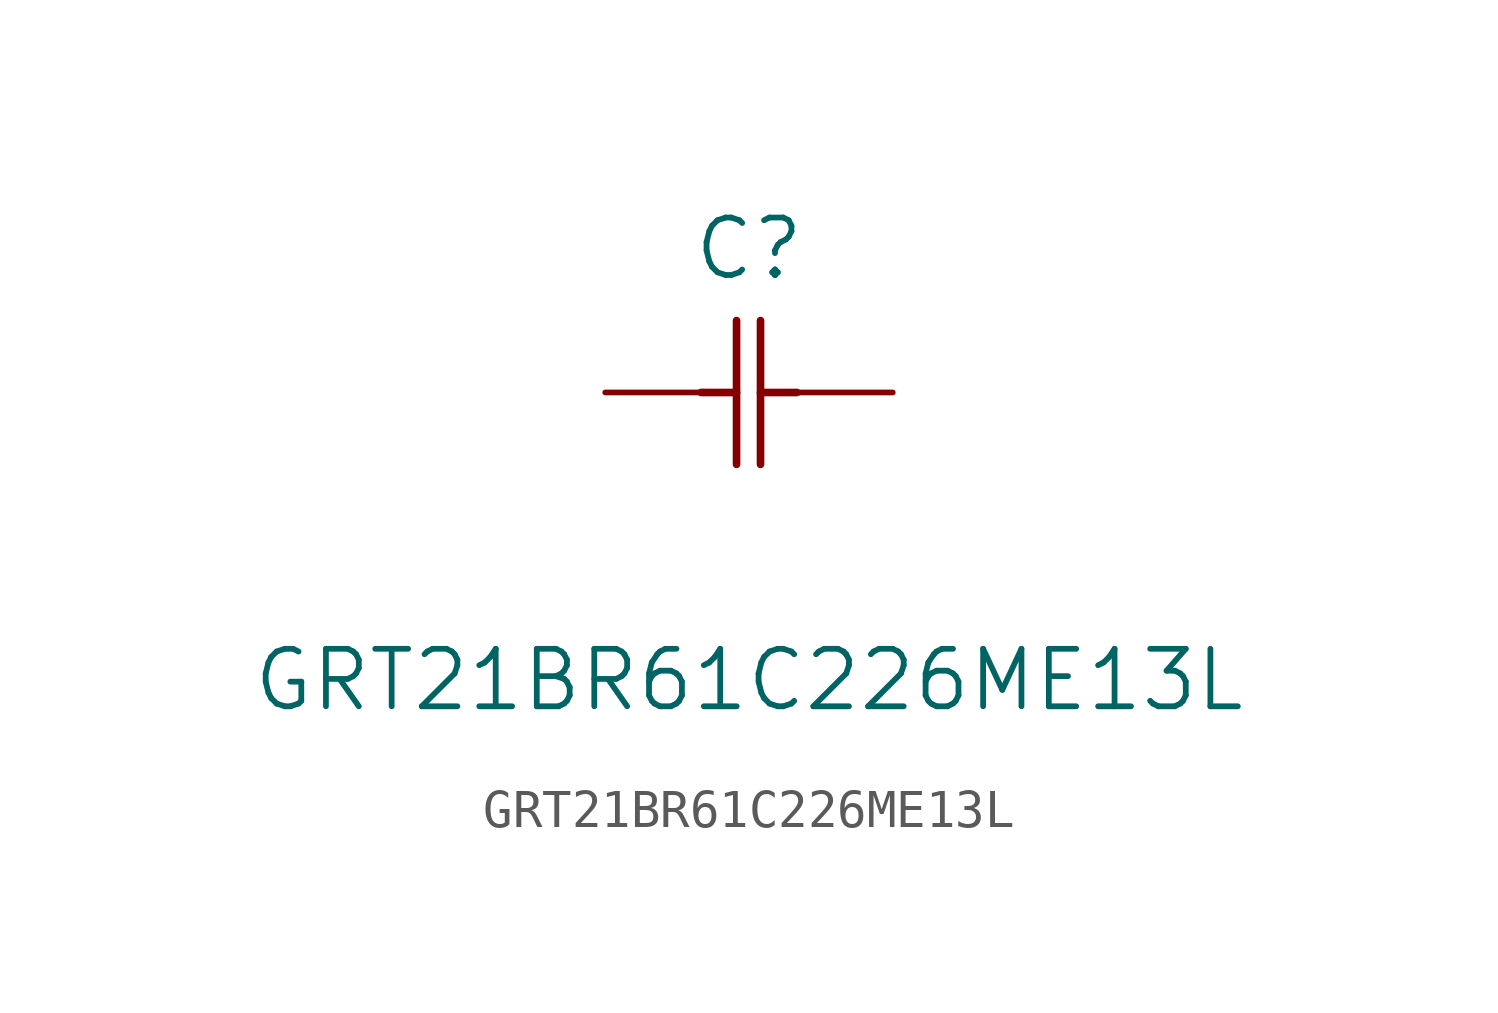
<source format=kicad_sym>
(kicad_symbol_lib
  (version 20211014)
  (generator kicad_symbol_editor)
  (symbol "GRT21BR61C226ME13L"
    (pin_numbers hide)
    (pin_names
      (offset 1.651) hide)
    (property "Reference" "C"
      (at 3.81 3.81 0)
      (effects (font (size 1.524 1.524))))
    (property "Value" "GRT21BR61C226ME13L"
      (at 3.81 -7.62 0)
      (effects (font (size 1.524 1.524))))
    (property "Datasheet" ""
      (at 0 0 0)
      (effects (font (size 1.524 1.524))))
    (property "ki_locked" ""
      (at 0 0 0)
      (effects (font (size 1.27 1.27))))
    (symbol "GRT21BR61C226ME13L_1_1"
      (polyline (pts (xy 2.54 0) (xy 3.48 0)) (stroke (width 0.203) (type default) (color 0 0 0 0)) (fill (type none)))
      (polyline (pts (xy 3.48 -1.905) (xy 3.48 1.905)) (stroke (width 0.203) (type default) (color 0 0 0 0)) (fill (type none)))
      (polyline (pts (xy 4.115 -1.905) (xy 4.115 1.905)) (stroke (width 0.203) (type default) (color 0 0 0 0)) (fill (type none)))
      (polyline (pts (xy 4.115 0) (xy 5.08 0)) (stroke (width 0.203) (type default) (color 0 0 0 0)) (fill (type none)))
      (pin unspecified line (at 0 0 0) (length 2.54) (name "1" (effects (font (size 1.499 1.499)))) (number "1" (effects (font (size 1.499 1.499)))))
      (pin unspecified line (at 7.62 0 180) (length 2.54) (name "2" (effects (font (size 1.499 1.499)))) (number "2" (effects (font (size 1.499 1.499))))))))
</source>
